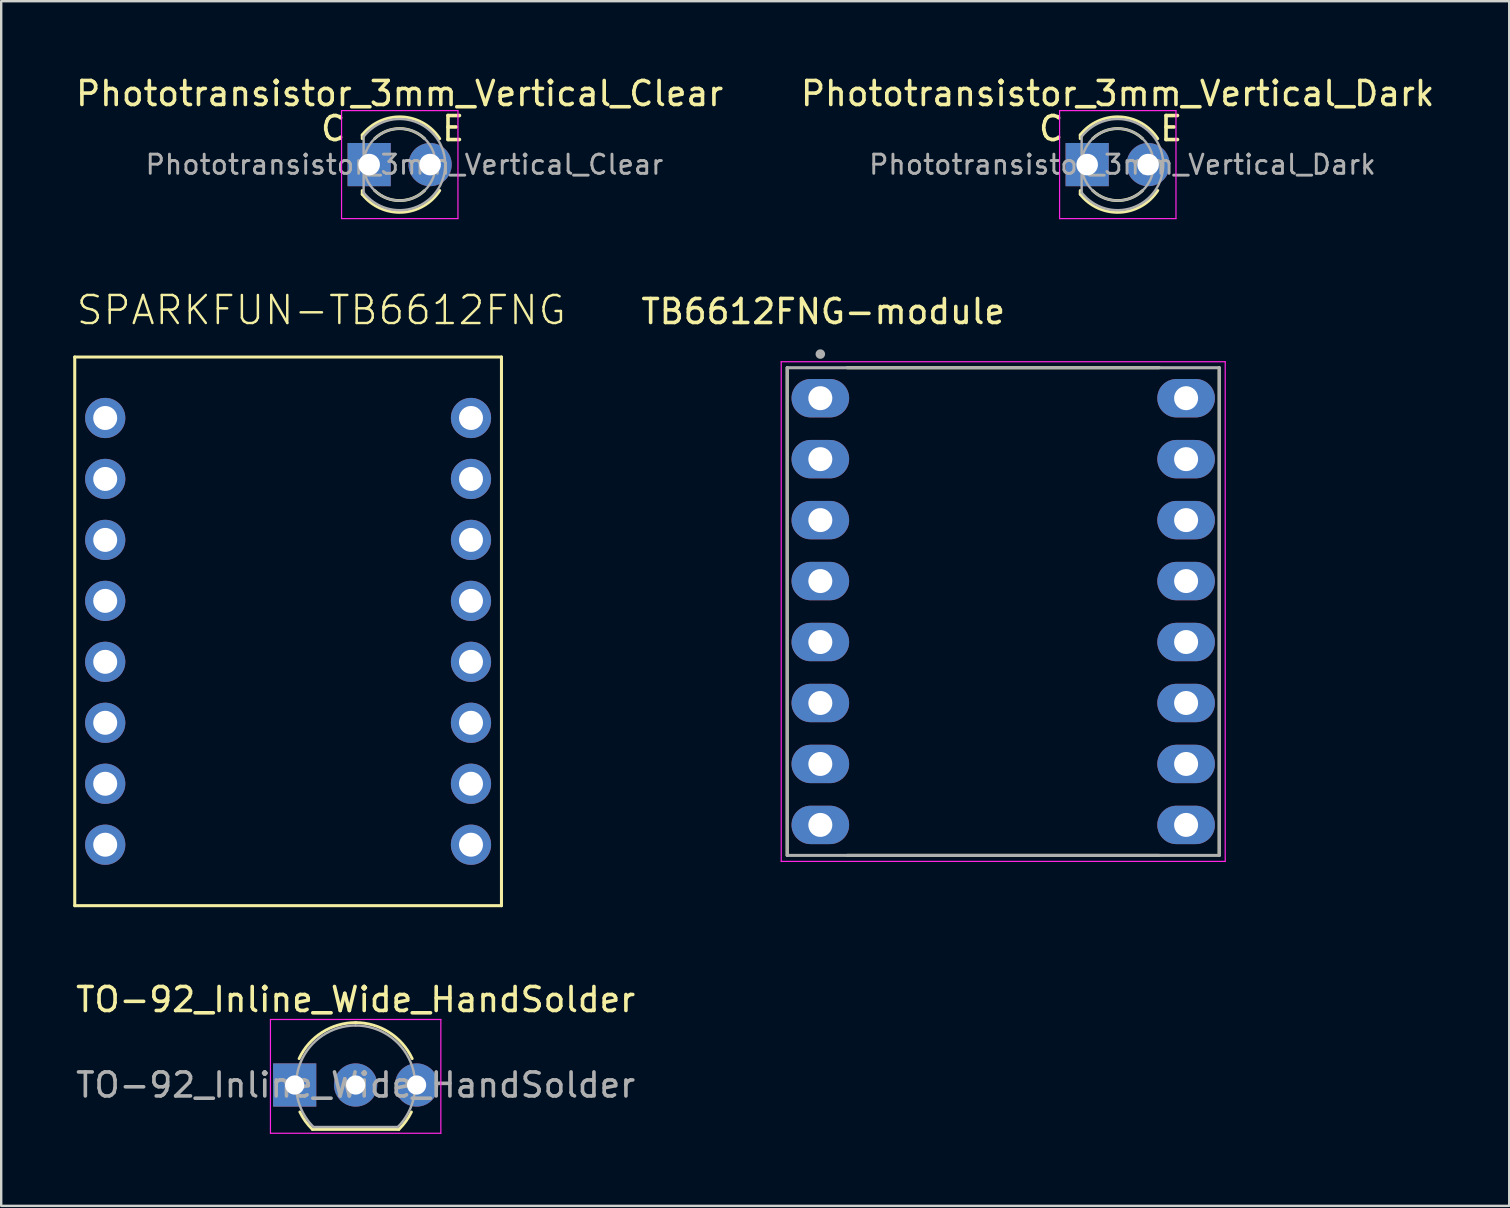
<source format=kicad_pcb>
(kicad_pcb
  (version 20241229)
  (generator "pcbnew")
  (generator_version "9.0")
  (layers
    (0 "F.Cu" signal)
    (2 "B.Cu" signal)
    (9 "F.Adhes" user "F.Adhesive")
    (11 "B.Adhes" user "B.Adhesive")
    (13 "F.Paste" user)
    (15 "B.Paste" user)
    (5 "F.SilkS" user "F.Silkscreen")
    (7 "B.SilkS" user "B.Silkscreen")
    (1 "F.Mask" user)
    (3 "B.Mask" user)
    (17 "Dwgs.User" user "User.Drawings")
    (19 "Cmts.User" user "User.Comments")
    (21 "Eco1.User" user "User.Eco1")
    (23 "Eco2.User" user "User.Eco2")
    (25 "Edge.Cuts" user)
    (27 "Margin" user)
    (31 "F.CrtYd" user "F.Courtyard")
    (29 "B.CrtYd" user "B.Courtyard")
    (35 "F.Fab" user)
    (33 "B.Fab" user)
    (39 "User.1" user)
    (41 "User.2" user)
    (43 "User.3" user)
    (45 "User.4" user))
  (footprint "TO-92_Inline_Wide_HandSolder"
    (layer "F.Cu")
    (at 9.228 42.158)
    (property "Reference" "TO-92_Inline_Wide_HandSolder" (at 2.54 -3.56 0) (layer "F.SilkS") (effects (font (size 1 1) (thickness 0.15))))
    (attr through_hole)
    (fp_line (start 0.74 1.85) (end 4.34 1.85) (stroke (width 0.12) (type solid)) (layer "F.SilkS"))
    (fp_arc (start 0.1836 -1.098807) (mid 1.143021 -2.192817) (end 2.54 -2.6) (stroke (width 0.12) (type solid)) (layer "F.SilkS"))
    (fp_arc (start 0.74 1.85) (mid 0.446097 1.509328) (end 0.215816 1.122795) (stroke (width 0.12) (type solid)) (layer "F.SilkS"))
    (fp_arc (start 2.54 -2.6) (mid 3.936979 -2.192818) (end 4.8964 -1.098807) (stroke (width 0.12) (type solid)) (layer "F.SilkS"))
    (fp_arc (start 4.864184 1.122795) (mid 4.633903 1.509328) (end 4.34 1.85) (stroke (width 0.12) (type solid)) (layer "F.SilkS"))
    (fp_line (start -1.01 -2.73) (end -1.01 2.01) (stroke (width 0.05) (type solid)) (layer "F.CrtYd"))
    (fp_line (start -1.01 -2.73) (end 6.09 -2.73) (stroke (width 0.05) (type solid)) (layer "F.CrtYd"))
    (fp_line (start 6.09 2.01) (end -1.01 2.01) (stroke (width 0.05) (type solid)) (layer "F.CrtYd"))
    (fp_line (start 6.09 2.01) (end 6.09 -2.73) (stroke (width 0.05) (type solid)) (layer "F.CrtYd"))
    (fp_line (start 0.8 1.75) (end 4.3 1.75) (stroke (width 0.1) (type solid)) (layer "F.Fab"))
    (fp_arc (start 0.786375 1.753625) (mid 0.248779 -0.949055) (end 2.54 -2.48) (stroke (width 0.1) (type solid)) (layer "F.Fab"))
    (fp_arc (start 2.54 -2.48) (mid 4.831221 -0.949055) (end 4.293625 1.753625) (stroke (width 0.1) (type solid)) (layer "F.Fab"))
    (fp_text user "${REFERENCE}" (at 2.54 0 0) (layer "F.Fab") (effects (font (size 1 1) (thickness 0.15))))
    (pad "1" thru_hole rect (at 0 0) (size 1.8 1.8) (drill 0.8) (layers "*.Cu" "*.Mask"))
    (pad "2" thru_hole circle (at 2.54 0) (size 1.8 1.8) (drill 0.8) (layers "*.Cu" "*.Mask"))
    (pad "3" thru_hole circle (at 5.08 0) (size 1.8 1.8) (drill 0.8) (layers "*.Cu" "*.Mask")))
  (footprint "SPARKFUN-TB6612FNG"
    (layer "F.Cu")
    (at 8.954 24.526)
    (property "Reference" "SPARKFUN-TB6612FNG" (at -8.89 -13.97 0) (layer "F.SilkS") (effects (font (size 1.168 1.168) (thickness 0.102)) (justify left bottom)))
    (fp_line (start -8.89 -12.7) (end 8.89 -12.7) (stroke (width 0.127) (type solid)) (layer "F.SilkS"))
    (fp_line (start -8.89 10.16) (end -8.89 -12.7) (stroke (width 0.127) (type solid)) (layer "F.SilkS"))
    (fp_line (start 8.89 -12.7) (end 8.89 10.16) (stroke (width 0.127) (type solid)) (layer "F.SilkS"))
    (fp_line (start 8.89 10.16) (end -8.89 10.16) (stroke (width 0.127) (type solid)) (layer "F.SilkS"))
    (pad "/STBY" thru_hole circle (at 7.62 -2.54) (size 1.676 1.676) (drill 1) (layers "*.Cu" "*.Mask"))
    (pad "A01" thru_hole circle (at -7.62 -2.54) (size 1.676 1.676) (drill 1) (layers "*.Cu" "*.Mask"))
    (pad "A02" thru_hole circle (at -7.62 0) (size 1.676 1.676) (drill 1) (layers "*.Cu" "*.Mask"))
    (pad "AI1" thru_hole circle (at 7.62 -5.08) (size 1.676 1.676) (drill 1) (layers "*.Cu" "*.Mask"))
    (pad "AI2" thru_hole circle (at 7.62 -7.62) (size 1.676 1.676) (drill 1) (layers "*.Cu" "*.Mask"))
    (pad "B01" thru_hole circle (at -7.62 5.08) (size 1.676 1.676) (drill 1) (layers "*.Cu" "*.Mask"))
    (pad "B02" thru_hole circle (at -7.62 2.54) (size 1.676 1.676) (drill 1) (layers "*.Cu" "*.Mask"))
    (pad "BI1" thru_hole circle (at 7.62 0) (size 1.676 1.676) (drill 1) (layers "*.Cu" "*.Mask"))
    (pad "BI2" thru_hole circle (at 7.62 2.54) (size 1.676 1.676) (drill 1) (layers "*.Cu" "*.Mask"))
    (pad "GND@1" thru_hole circle (at -7.62 -5.08) (size 1.676 1.676) (drill 1) (layers "*.Cu" "*.Mask"))
    (pad "GND@2" thru_hole circle (at -7.62 7.62) (size 1.676 1.676) (drill 1) (layers "*.Cu" "*.Mask"))
    (pad "GND@3" thru_hole circle (at 7.62 7.62) (size 1.676 1.676) (drill 1) (layers "*.Cu" "*.Mask"))
    (pad "PWMA" thru_hole circle (at 7.62 -10.16) (size 1.676 1.676) (drill 1) (layers "*.Cu" "*.Mask"))
    (pad "PWMB" thru_hole circle (at 7.62 5.08) (size 1.676 1.676) (drill 1) (layers "*.Cu" "*.Mask"))
    (pad "VCC" thru_hole circle (at -7.62 -7.62) (size 1.676 1.676) (drill 1) (layers "*.Cu" "*.Mask"))
    (pad "VM" thru_hole circle (at -7.62 -10.16) (size 1.676 1.676) (drill 1) (layers "*.Cu" "*.Mask")))
  (footprint "TB6612FNG-module"
    (layer "F.Cu")
    (at 38.75 22.431)
    (property "Reference" "TB6612FNG-module" (at -7.5 -12.5 0) (layer "F.SilkS") (effects (font (size 1 1) (thickness 0.15))))
    (attr through_hole)
    (fp_line (start -9 -10.16) (end -9 10.16) (stroke (width 0.127) (type solid)) (layer "F.SilkS"))
    (fp_line (start -6.5 -10.16) (end 6.5 -10.16) (stroke (width 0.127) (type solid)) (layer "F.SilkS"))
    (fp_line (start -6.5 10.16) (end 6.5 10.16) (stroke (width 0.127) (type solid)) (layer "F.SilkS"))
    (fp_line (start 9 10.16) (end 9 -10.16) (stroke (width 0.127) (type solid)) (layer "F.SilkS"))
    (fp_line (start -9.25 -10.41) (end -9.25 10.41) (stroke (width 0.05) (type solid)) (layer "F.CrtYd"))
    (fp_line (start -9.25 10.41) (end 9.25 10.41) (stroke (width 0.05) (type solid)) (layer "F.CrtYd"))
    (fp_line (start 9.25 -10.41) (end -9.25 -10.41) (stroke (width 0.05) (type solid)) (layer "F.CrtYd"))
    (fp_line (start 9.25 10.41) (end 9.25 -10.41) (stroke (width 0.05) (type solid)) (layer "F.CrtYd"))
    (fp_line (start -9 -10.16) (end -9 10.16) (stroke (width 0.127) (type solid)) (layer "F.Fab"))
    (fp_line (start -9 10.16) (end 9 10.16) (stroke (width 0.127) (type solid)) (layer "F.Fab"))
    (fp_line (start 9 -10.16) (end -9 -10.16) (stroke (width 0.127) (type solid)) (layer "F.Fab"))
    (fp_line (start 9 10.16) (end 9 -10.16) (stroke (width 0.127) (type solid)) (layer "F.Fab"))
    (fp_circle (center -7.62 -10.728) (end -7.52 -10.728) (stroke (width 0.2) (type solid)) (fill no) (layer "F.Fab"))
    (pad "1" thru_hole oval (at -7.62 -8.89) (size 2.4 1.6) (drill 1) (layers "*.Cu" "*.Mask"))
    (pad "2" thru_hole oval (at -7.62 -6.35) (size 2.4 1.6) (drill 1) (layers "*.Cu" "*.Mask"))
    (pad "3" thru_hole oval (at -7.62 -3.81) (size 2.4 1.6) (drill 1) (layers "*.Cu" "*.Mask"))
    (pad "4" thru_hole oval (at -7.62 -1.27) (size 2.4 1.6) (drill 1) (layers "*.Cu" "*.Mask"))
    (pad "5" thru_hole oval (at -7.62 1.27) (size 2.4 1.6) (drill 1) (layers "*.Cu" "*.Mask"))
    (pad "6" thru_hole oval (at -7.62 3.81) (size 2.4 1.6) (drill 1) (layers "*.Cu" "*.Mask"))
    (pad "7" thru_hole oval (at -7.62 6.35) (size 2.4 1.6) (drill 1) (layers "*.Cu" "*.Mask"))
    (pad "8" thru_hole oval (at -7.62 8.89) (size 2.4 1.6) (drill 1) (layers "*.Cu" "*.Mask"))
    (pad "9" thru_hole oval (at 7.62 8.89) (size 2.4 1.6) (drill 1) (layers "*.Cu" "*.Mask"))
    (pad "10" thru_hole oval (at 7.62 6.35) (size 2.4 1.6) (drill 1) (layers "*.Cu" "*.Mask"))
    (pad "11" thru_hole oval (at 7.62 3.81) (size 2.4 1.6) (drill 1) (layers "*.Cu" "*.Mask"))
    (pad "12" thru_hole oval (at 7.62 1.27) (size 2.4 1.6) (drill 1) (layers "*.Cu" "*.Mask"))
    (pad "13" thru_hole oval (at 7.62 -1.27) (size 2.4 1.6) (drill 1) (layers "*.Cu" "*.Mask"))
    (pad "14" thru_hole oval (at 7.62 -3.81) (size 2.4 1.6) (drill 1) (layers "*.Cu" "*.Mask"))
    (pad "15" thru_hole oval (at 7.62 -6.35) (size 2.4 1.6) (drill 1) (layers "*.Cu" "*.Mask"))
    (pad "16" thru_hole oval (at 7.62 -8.89) (size 2.4 1.6) (drill 1) (layers "*.Cu" "*.Mask")))
  (footprint "Phototransistor_3mm_Vertical_Clear"
    (layer "F.Cu")
    (at 13.601 3.808)
    (property "Reference" "Phototransistor_3mm_Vertical_Clear" (at 0 -2.96 0) (layer "F.SilkS") (effects (font (size 1 1) (thickness 0.15))))
    (attr through_hole)
    (fp_line (start -1.56 -1.236) (end -1.56 -1.08) (stroke (width 0.12) (type solid)) (layer "F.SilkS"))
    (fp_line (start -1.56 1.08) (end -1.56 1.236) (stroke (width 0.12) (type solid)) (layer "F.SilkS"))
    (fp_arc (start -1.56 -1.235516) (mid 0.096487 -1.987659) (end 1.672335 -1.078608) (stroke (width 0.12) (type solid)) (layer "F.SilkS"))
    (fp_arc (start -1.040961 -1.08) (mid 0.000117 -1.5) (end 1.04113 -1.079837) (stroke (width 0.12) (type solid)) (layer "F.SilkS"))
    (fp_arc (start 1.04113 1.079837) (mid 0.000117 1.5) (end -1.040961 1.08) (stroke (width 0.12) (type solid)) (layer "F.SilkS"))
    (fp_arc (start 1.672335 1.078608) (mid 0.096487 1.987659) (end -1.56 1.235516) (stroke (width 0.12) (type solid)) (layer "F.SilkS"))
    (fp_line (start -2.42 -2.25) (end -2.42 2.25) (stroke (width 0.05) (type solid)) (layer "F.CrtYd"))
    (fp_line (start -2.42 2.25) (end 2.43 2.25) (stroke (width 0.05) (type solid)) (layer "F.CrtYd"))
    (fp_line (start 2.43 -2.25) (end -2.42 -2.25) (stroke (width 0.05) (type solid)) (layer "F.CrtYd"))
    (fp_line (start 2.43 2.25) (end 2.43 -2.25) (stroke (width 0.05) (type solid)) (layer "F.CrtYd"))
    (fp_line (start -1.5 -1.166) (end -1.5 1.166) (stroke (width 0.1) (type solid)) (layer "F.Fab"))
    (fp_arc (start -1.5 -1.16619) (mid 1.9 0.000452) (end -1.500555 1.165476) (stroke (width 0.1) (type solid)) (layer "F.Fab"))
    (fp_circle (center 0 0) (end 1.5 0) (stroke (width 0.1) (type solid)) (fill no) (layer "F.Fab"))
    (fp_text user "E" (at 2.23 -1.5 0) (unlocked yes) (layer "F.SilkS") (effects (font (size 1 1) (thickness 0.15))))
    (fp_text user "C" (at -2.77 -1.5 0) (unlocked yes) (layer "F.SilkS") (effects (font (size 1 1) (thickness 0.15))))
    (fp_text user "${REFERENCE}" (at 0.2 0 0) (layer "F.Fab") (effects (font (size 0.8 0.8) (thickness 0.12))))
    (pad "1" thru_hole rect (at -1.27 0) (size 1.8 1.8) (drill 0.9) (layers "*.Cu" "*.Mask"))
    (pad "2" thru_hole circle (at 1.27 0) (size 1.8 1.8) (drill 0.9) (layers "*.Cu" "*.Mask")))
  (footprint "Phototransistor_3mm_Vertical_Dark"
    (layer "F.Cu")
    (at 43.518 3.808)
    (property "Reference" "Phototransistor_3mm_Vertical_Dark" (at 0 -2.96 0) (layer "F.SilkS") (effects (font (size 1 1) (thickness 0.15))))
    (attr through_hole)
    (fp_line (start -1.56 -1.236) (end -1.56 -1.08) (stroke (width 0.12) (type solid)) (layer "F.SilkS"))
    (fp_line (start -1.56 1.08) (end -1.56 1.236) (stroke (width 0.12) (type solid)) (layer "F.SilkS"))
    (fp_arc (start -1.56 -1.235516) (mid 0.096487 -1.987659) (end 1.672335 -1.078608) (stroke (width 0.12) (type solid)) (layer "F.SilkS"))
    (fp_arc (start -1.040961 -1.08) (mid 0.000117 -1.5) (end 1.04113 -1.079837) (stroke (width 0.12) (type solid)) (layer "F.SilkS"))
    (fp_arc (start 1.04113 1.079837) (mid 0.000117 1.5) (end -1.040961 1.08) (stroke (width 0.12) (type solid)) (layer "F.SilkS"))
    (fp_arc (start 1.672335 1.078608) (mid 0.096487 1.987659) (end -1.56 1.235516) (stroke (width 0.12) (type solid)) (layer "F.SilkS"))
    (fp_line (start -2.42 -2.25) (end -2.42 2.25) (stroke (width 0.05) (type solid)) (layer "F.CrtYd"))
    (fp_line (start -2.42 2.25) (end 2.43 2.25) (stroke (width 0.05) (type solid)) (layer "F.CrtYd"))
    (fp_line (start 2.43 -2.25) (end -2.42 -2.25) (stroke (width 0.05) (type solid)) (layer "F.CrtYd"))
    (fp_line (start 2.43 2.25) (end 2.43 -2.25) (stroke (width 0.05) (type solid)) (layer "F.CrtYd"))
    (fp_line (start -1.5 -1.166) (end -1.5 1.166) (stroke (width 0.1) (type solid)) (layer "F.Fab"))
    (fp_arc (start -1.5 -1.16619) (mid 1.9 0.000452) (end -1.500555 1.165476) (stroke (width 0.1) (type solid)) (layer "F.Fab"))
    (fp_circle (center 0 0) (end 1.5 0) (stroke (width 0.1) (type solid)) (fill no) (layer "F.Fab"))
    (fp_text user "C" (at -2.77 -1.5 0) (unlocked yes) (layer "F.SilkS") (effects (font (size 1 1) (thickness 0.15))))
    (fp_text user "E" (at 2.23 -1.5 0) (unlocked yes) (layer "F.SilkS") (effects (font (size 1 1) (thickness 0.15))))
    (fp_text user "${REFERENCE}" (at 0.2 0 0) (layer "F.Fab") (effects (font (size 0.8 0.8) (thickness 0.12))))
    (pad "1" thru_hole rect (at -1.27 0) (size 1.8 1.8) (drill 0.9) (layers "*.Cu" "*.Mask"))
    (pad "2" thru_hole circle (at 1.27 0) (size 1.8 1.8) (drill 0.9) (layers "*.Cu" "*.Mask")))
  (gr_rect
    (start -3 -3)
    (end 59.833 47.193)
    (stroke (width 0.1) (type default))
    (fill no)
    (layer "Edge.Cuts")))
</source>
